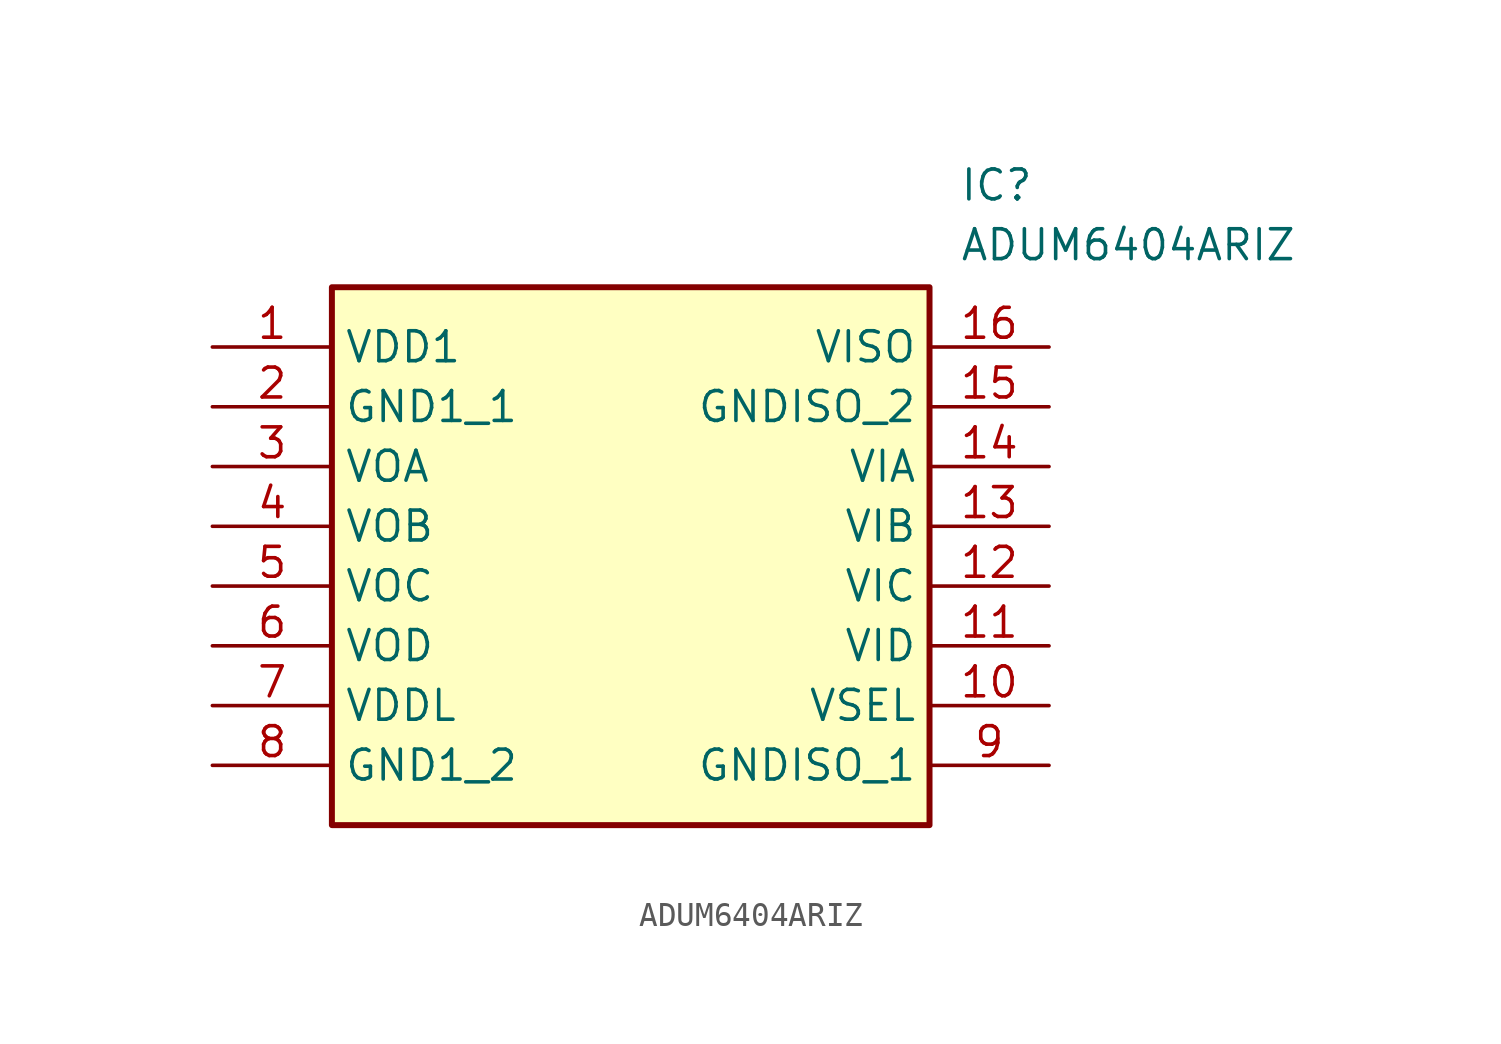
<source format=kicad_sym>
(kicad_symbol_lib
  (version 20211014)
  (generator SamacSys_ECAD_Model)
  (symbol "ADUM6404ARIZ"
    (property "Reference" "IC"
      (at 31.75 7.62 0)
      (effects (font (size 1.27 1.27)) (justify left top)))
    (property "Value" "ADUM6404ARIZ"
      (at 31.75 5.08 0)
      (effects (font (size 1.27 1.27)) (justify left top)))
    (rectangle
      (start 5.08 2.54)
      (end 30.48 -20.32)
      (stroke (width 0.254) (type default))
      (fill (type background)))
    (pin passive line
      (at 0 0 0)
      (length 5.08)
      (name "VDD1" (effects (font (size 1.27 1.27))))
      (number "1" (effects (font (size 1.27 1.27)))))
    (pin passive line
      (at 0 -2.54 0)
      (length 5.08)
      (name "GND1_1" (effects (font (size 1.27 1.27))))
      (number "2" (effects (font (size 1.27 1.27)))))
    (pin passive line
      (at 0 -5.08 0)
      (length 5.08)
      (name "VOA" (effects (font (size 1.27 1.27))))
      (number "3" (effects (font (size 1.27 1.27)))))
    (pin passive line
      (at 0 -7.62 0)
      (length 5.08)
      (name "VOB" (effects (font (size 1.27 1.27))))
      (number "4" (effects (font (size 1.27 1.27)))))
    (pin passive line
      (at 0 -10.16 0)
      (length 5.08)
      (name "VOC" (effects (font (size 1.27 1.27))))
      (number "5" (effects (font (size 1.27 1.27)))))
    (pin passive line
      (at 0 -12.7 0)
      (length 5.08)
      (name "VOD" (effects (font (size 1.27 1.27))))
      (number "6" (effects (font (size 1.27 1.27)))))
    (pin passive line
      (at 0 -15.24 0)
      (length 5.08)
      (name "VDDL" (effects (font (size 1.27 1.27))))
      (number "7" (effects (font (size 1.27 1.27)))))
    (pin passive line
      (at 0 -17.78 0)
      (length 5.08)
      (name "GND1_2" (effects (font (size 1.27 1.27))))
      (number "8" (effects (font (size 1.27 1.27)))))
    (pin passive line
      (at 35.56 0 180)
      (length 5.08)
      (name "VISO" (effects (font (size 1.27 1.27))))
      (number "16" (effects (font (size 1.27 1.27)))))
    (pin passive line
      (at 35.56 -2.54 180)
      (length 5.08)
      (name "GNDISO_2" (effects (font (size 1.27 1.27))))
      (number "15" (effects (font (size 1.27 1.27)))))
    (pin passive line
      (at 35.56 -5.08 180)
      (length 5.08)
      (name "VIA" (effects (font (size 1.27 1.27))))
      (number "14" (effects (font (size 1.27 1.27)))))
    (pin passive line
      (at 35.56 -7.62 180)
      (length 5.08)
      (name "VIB" (effects (font (size 1.27 1.27))))
      (number "13" (effects (font (size 1.27 1.27)))))
    (pin passive line
      (at 35.56 -10.16 180)
      (length 5.08)
      (name "VIC" (effects (font (size 1.27 1.27))))
      (number "12" (effects (font (size 1.27 1.27)))))
    (pin passive line
      (at 35.56 -12.7 180)
      (length 5.08)
      (name "VID" (effects (font (size 1.27 1.27))))
      (number "11" (effects (font (size 1.27 1.27)))))
    (pin passive line
      (at 35.56 -15.24 180)
      (length 5.08)
      (name "VSEL" (effects (font (size 1.27 1.27))))
      (number "10" (effects (font (size 1.27 1.27)))))
    (pin passive line
      (at 35.56 -17.78 180)
      (length 5.08)
      (name "GNDISO_1" (effects (font (size 1.27 1.27))))
      (number "9" (effects (font (size 1.27 1.27)))))))
</source>
